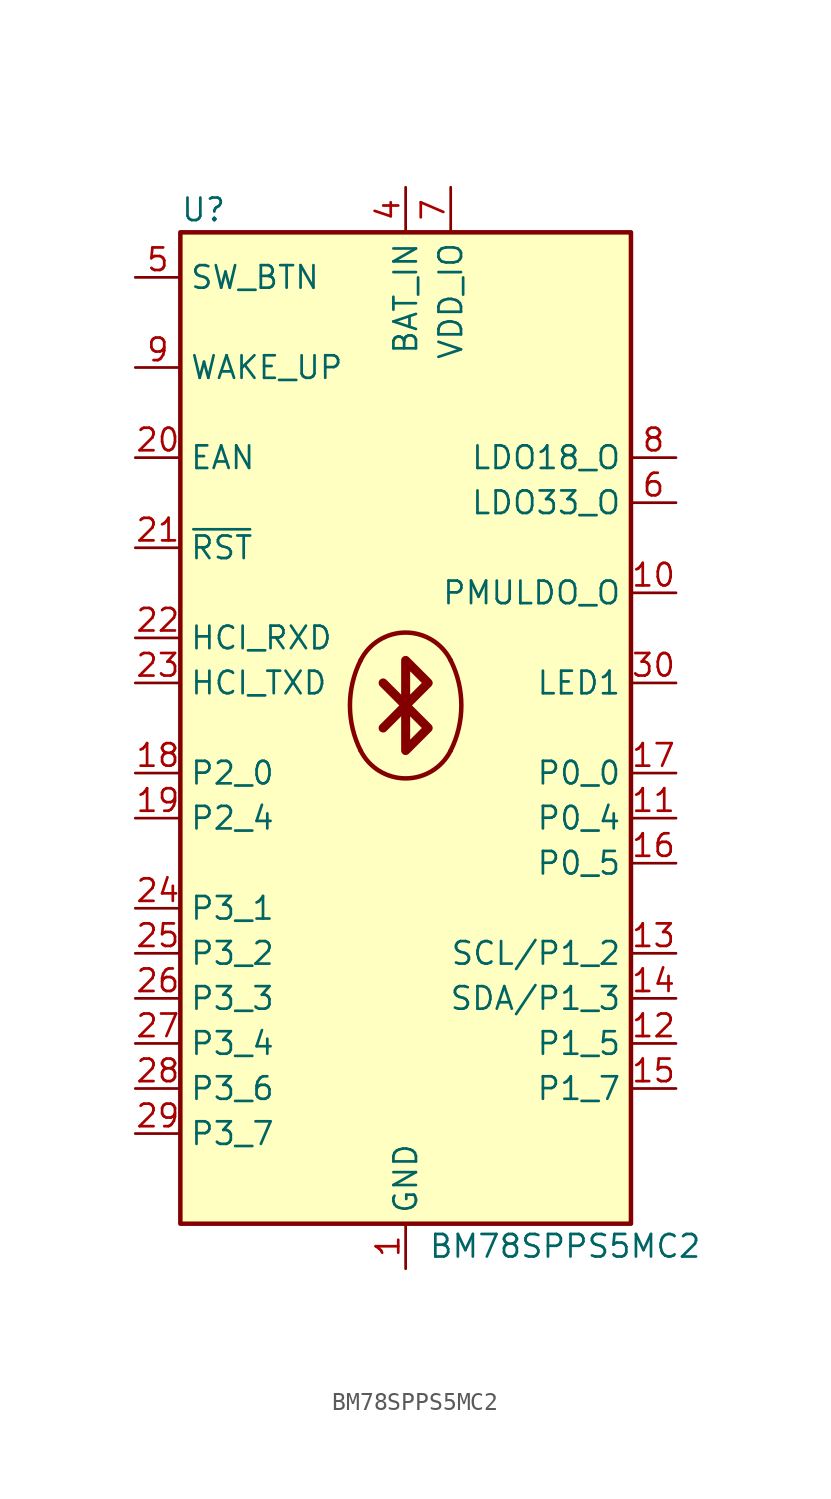
<source format=kicad_sym>
(kicad_symbol_lib
  (version 20201005)
  (generator kicad_symbol_editor)
  (symbol "BM78SPPS5MC2"
    (property "Reference" "U"
      (at -12.7 29.21 0)
      (effects (font (size 1.27 1.27)) (justify left)))
    (property "Value" "BM78SPPS5MC2"
      (at 1.27 -29.21 0)
      (effects (font (size 1.27 1.27)) (justify left)))
    (symbol "BM78SPPS5MC2_0_1"
      (arc (start 2.54 3.81) (end 2.54 -1.27) (radius (at -2.54 1.27) (length 5.6896) (angles 26.5 -26.5)) (stroke (width 0.254)) (fill (type background)))
      (arc (start -2.54 -1.27) (end 2.54 -1.27) (radius (at 0 0) (length 2.8448) (angles -153.4 -26.5)) (stroke (width 0.254)) (fill (type background)))
      (arc (start -2.54 3.81) (end 2.54 3.81) (radius (at 0 2.54) (length 2.8448) (angles 153.4 26.5)) (stroke (width 0.254)) (fill (type background)))
      (arc (start -2.54 3.81) (end -2.54 -1.27) (radius (at 2.54 1.27) (length 5.6896) (angles 153.4 -153.4)) (stroke (width 0.254)) (fill (type background)))
      (rectangle (start -12.7 27.94) (end 12.7 -27.94) (stroke (width 0.254)) (fill (type background)))
      (polyline (pts (xy 0 1.27) (xy -1.27 0)) (stroke (width 0.508)) (fill (type none)))
      (polyline (pts (xy 0 1.27) (xy -1.27 2.54)) (stroke (width 0.508)) (fill (type none)))
      (polyline (pts (xy 0 3.81) (xy 1.27 2.54) (xy 0 1.27) (xy 1.27 0) (xy 0 -1.27) (xy 0 3.81)) (stroke (width 0.508)) (fill (type none))))
    (symbol "BM78SPPS5MC2_1_1"
      (pin power_in line (at 0 -30.48 90) (length 2.54) (name "GND" (effects (font (size 1.27 1.27)))) (number "1" (effects (font (size 1.27 1.27)))))
      (pin passive line (at 15.24 7.62 180) (length 2.54) (name "PMULDO_O" (effects (font (size 1.27 1.27)))) (number "10" (effects (font (size 1.27 1.27)))))
      (pin output line (at 15.24 -5.08 180) (length 2.54) (name "P0_4" (effects (font (size 1.27 1.27)))) (number "11" (effects (font (size 1.27 1.27)))))
      (pin output line (at 15.24 -17.78 180) (length 2.54) (name "P1_5" (effects (font (size 1.27 1.27)))) (number "12" (effects (font (size 1.27 1.27)))))
      (pin output line (at 15.24 -12.7 180) (length 2.54) (name "SCL/P1_2" (effects (font (size 1.27 1.27)))) (number "13" (effects (font (size 1.27 1.27)))))
      (pin bidirectional line (at 15.24 -15.24 180) (length 2.54) (name "SDA/P1_3" (effects (font (size 1.27 1.27)))) (number "14" (effects (font (size 1.27 1.27)))))
      (pin bidirectional line (at 15.24 -20.32 180) (length 2.54) (name "P1_7" (effects (font (size 1.27 1.27)))) (number "15" (effects (font (size 1.27 1.27)))))
      (pin bidirectional line (at 15.24 -7.62 180) (length 2.54) (name "P0_5" (effects (font (size 1.27 1.27)))) (number "16" (effects (font (size 1.27 1.27)))))
      (pin bidirectional line (at 15.24 -2.54 180) (length 2.54) (name "P0_0" (effects (font (size 1.27 1.27)))) (number "17" (effects (font (size 1.27 1.27)))))
      (pin input line (at -15.24 -2.54 0) (length 2.54) (name "P2_0" (effects (font (size 1.27 1.27)))) (number "18" (effects (font (size 1.27 1.27)))))
      (pin input line (at -15.24 -5.08 0) (length 2.54) (name "P2_4" (effects (font (size 1.27 1.27)))) (number "19" (effects (font (size 1.27 1.27)))))
      (pin passive line (at 0 -30.48 90) (length 2.54) hide (name "GND" (effects (font (size 1.27 1.27)))) (number "2" (effects (font (size 1.27 1.27)))))
      (pin input line (at -15.24 15.24 0) (length 2.54) (name "EAN" (effects (font (size 1.27 1.27)))) (number "20" (effects (font (size 1.27 1.27)))))
      (pin input line (at -15.24 10.16 0) (length 2.54) (name "~RST" (effects (font (size 1.27 1.27)))) (number "21" (effects (font (size 1.27 1.27)))))
      (pin input line (at -15.24 5.08 0) (length 2.54) (name "HCI_RXD" (effects (font (size 1.27 1.27)))) (number "22" (effects (font (size 1.27 1.27)))))
      (pin output line (at -15.24 2.54 0) (length 2.54) (name "HCI_TXD" (effects (font (size 1.27 1.27)))) (number "23" (effects (font (size 1.27 1.27)))))
      (pin bidirectional line (at -15.24 -10.16 0) (length 2.54) (name "P3_1" (effects (font (size 1.27 1.27)))) (number "24" (effects (font (size 1.27 1.27)))))
      (pin bidirectional line (at -15.24 -12.7 0) (length 2.54) (name "P3_2" (effects (font (size 1.27 1.27)))) (number "25" (effects (font (size 1.27 1.27)))))
      (pin bidirectional line (at -15.24 -15.24 0) (length 2.54) (name "P3_3" (effects (font (size 1.27 1.27)))) (number "26" (effects (font (size 1.27 1.27)))))
      (pin bidirectional line (at -15.24 -17.78 0) (length 2.54) (name "P3_4" (effects (font (size 1.27 1.27)))) (number "27" (effects (font (size 1.27 1.27)))))
      (pin bidirectional line (at -15.24 -20.32 0) (length 2.54) (name "P3_6" (effects (font (size 1.27 1.27)))) (number "28" (effects (font (size 1.27 1.27)))))
      (pin bidirectional line (at -15.24 -22.86 0) (length 2.54) (name "P3_7" (effects (font (size 1.27 1.27)))) (number "29" (effects (font (size 1.27 1.27)))))
      (pin passive line (at 0 -30.48 90) (length 2.54) hide (name "GND" (effects (font (size 1.27 1.27)))) (number "3" (effects (font (size 1.27 1.27)))))
      (pin output line (at 15.24 2.54 180) (length 2.54) (name "LED1" (effects (font (size 1.27 1.27)))) (number "30" (effects (font (size 1.27 1.27)))))
      (pin passive line (at 0 -30.48 90) (length 2.54) hide (name "GND" (effects (font (size 1.27 1.27)))) (number "31" (effects (font (size 1.27 1.27)))))
      (pin passive line (at 0 -30.48 90) (length 2.54) hide (name "GND" (effects (font (size 1.27 1.27)))) (number "32" (effects (font (size 1.27 1.27)))))
      (pin passive line (at 0 -30.48 90) (length 2.54) hide (name "GND" (effects (font (size 1.27 1.27)))) (number "33" (effects (font (size 1.27 1.27)))))
      (pin power_in line (at 0 30.48 270) (length 2.54) (name "BAT_IN" (effects (font (size 1.27 1.27)))) (number "4" (effects (font (size 1.27 1.27)))))
      (pin input line (at -15.24 25.4 0) (length 2.54) (name "SW_BTN" (effects (font (size 1.27 1.27)))) (number "5" (effects (font (size 1.27 1.27)))))
      (pin power_out line (at 15.24 12.7 180) (length 2.54) (name "LDO33_O" (effects (font (size 1.27 1.27)))) (number "6" (effects (font (size 1.27 1.27)))))
      (pin power_in line (at 2.54 30.48 270) (length 2.54) (name "VDD_IO" (effects (font (size 1.27 1.27)))) (number "7" (effects (font (size 1.27 1.27)))))
      (pin power_out line (at 15.24 15.24 180) (length 2.54) (name "LDO18_O" (effects (font (size 1.27 1.27)))) (number "8" (effects (font (size 1.27 1.27)))))
      (pin input line (at -15.24 20.32 0) (length 2.54) (name "WAKE_UP" (effects (font (size 1.27 1.27)))) (number "9" (effects (font (size 1.27 1.27))))))))
</source>
